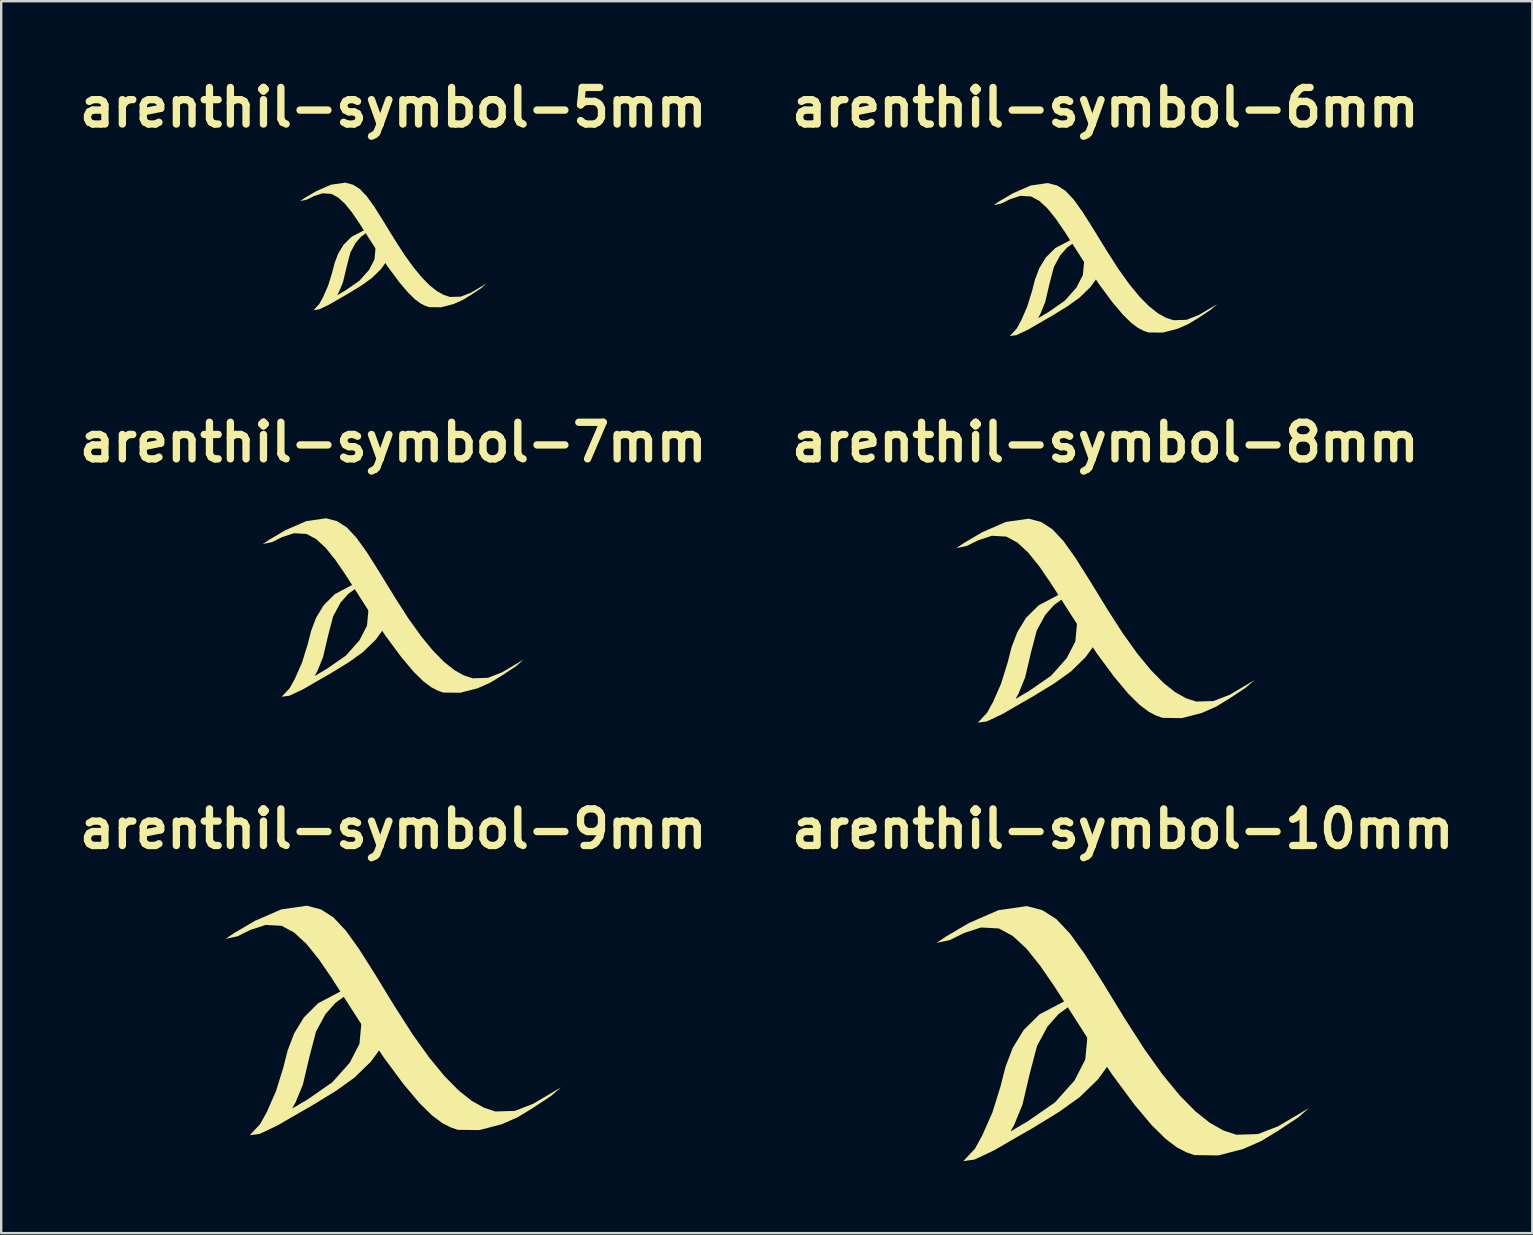
<source format=kicad_pcb>
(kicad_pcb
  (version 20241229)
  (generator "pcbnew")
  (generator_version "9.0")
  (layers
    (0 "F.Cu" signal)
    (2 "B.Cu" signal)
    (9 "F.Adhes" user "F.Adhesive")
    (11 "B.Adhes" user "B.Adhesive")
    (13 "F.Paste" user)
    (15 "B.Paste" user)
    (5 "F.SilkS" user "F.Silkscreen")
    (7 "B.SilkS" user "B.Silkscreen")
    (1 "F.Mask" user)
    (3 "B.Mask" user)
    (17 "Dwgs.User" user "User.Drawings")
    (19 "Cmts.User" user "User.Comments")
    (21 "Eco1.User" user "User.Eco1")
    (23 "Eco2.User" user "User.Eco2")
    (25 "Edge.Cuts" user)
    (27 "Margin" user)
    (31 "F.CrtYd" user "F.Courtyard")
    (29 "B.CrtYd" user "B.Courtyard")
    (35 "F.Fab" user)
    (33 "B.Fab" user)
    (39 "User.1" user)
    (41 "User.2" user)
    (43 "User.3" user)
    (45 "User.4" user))
  (footprint "arenthil-symbol-6mm"
    (layer "F.Cu")
    (at 42.994 7.751)
    (property "Reference" "arenthil-symbol-6mm" (at 0 -6.324 0) (layer "F.SilkS") (effects (font (size 1.524 1.524) (thickness 0.305))))
    (attr exclude_from_pos_files exclude_from_bom)
    (fp_poly (pts (xy -0.484 -1.064) (xy -0.765 -1.013) (xy -1.4 -0.83) (xy -2.085 -0.469) (xy -2.48 -0.077) (xy -2.752 0.369) (xy -2.933 0.845) (xy -3.057 1.328) (xy -3.26 1.981) (xy -3.512 2.554) (xy -3.696 2.887) (xy -3.985 3.196) (xy -3.709 3.159) (xy -3.216 2.927) (xy -2.827 2.701) (xy -2.229 2.356) (xy -1.589 1.964) (xy -1.079 1.598) (xy -0.623 1.156) (xy -0.296 0.705) (xy -0.1 0.242) (xy -0.021 -0.295) (xy -0.04 -0.499) (xy -0.886 0.1) (xy -0.939 0.659) (xy -1.209 1.183) (xy -1.696 1.729) (xy -2.386 2.208) (xy -2.807 2.455) (xy -2.711 2.282) (xy -2.509 1.787) (xy -2.325 1.006) (xy -2.145 0.321) (xy -1.882 -0.167) (xy -1.605 -0.479) (xy -1.381 -0.642) (xy -0.854 -0.896) (xy -0.484 -1.064)) (stroke (width 0) (type solid)) (fill yes) (layer "F.SilkS"))
    (fp_poly (pts (xy -4.655 -2.257) (xy -4.325 -2.327) (xy -3.968 -2.505) (xy -3.544 -2.643) (xy -3.096 -2.617) (xy -2.748 -2.429) (xy -2.41 -2.115) (xy -2.069 -1.692) (xy -1.716 -1.179) (xy -1.34 -0.592) (xy -0.929 0.05) (xy -0.258 1.045) (xy 0.287 1.782) (xy 0.724 2.301) (xy 1.074 2.645) (xy 1.355 2.856) (xy 1.587 2.976) (xy 1.788 3.047) (xy 2.387 3.054) (xy 3.01 2.893) (xy 3.456 2.697) (xy 3.883 2.437) (xy 4.385 2.103) (xy 4.655 1.868) (xy 4.317 2.069) (xy 3.881 2.326) (xy 3.376 2.521) (xy 2.837 2.537) (xy 2.516 2.433) (xy 2.177 2.241) (xy 1.814 1.952) (xy 1.423 1.556) (xy 1 1.042) (xy 0.54 0.4) (xy 0.04 -0.38) (xy -0.505 -1.27) (xy -0.945 -1.966) (xy -1.317 -2.486) (xy -1.659 -2.849) (xy -2.007 -3.073) (xy -2.397 -3.176) (xy -3.108 -3.075) (xy -3.844 -2.754) (xy -4.421 -2.415) (xy -4.655 -2.257)) (stroke (width 0) (type solid)) (fill yes) (layer "F.SilkS")))
  (footprint "arenthil-symbol-7mm"
    (layer "F.Cu")
    (at 13.331 22.244)
    (property "Reference" "arenthil-symbol-7mm" (at 0 -6.87 0) (layer "F.SilkS") (effects (font (size 1.524 1.524) (thickness 0.305))))
    (attr exclude_from_pos_files exclude_from_bom)
    (fp_poly (pts (xy -0.565 -1.241) (xy -0.892 -1.182) (xy -1.634 -0.968) (xy -2.433 -0.548) (xy -2.893 -0.09) (xy -3.211 0.43) (xy -3.422 0.986) (xy -3.566 1.55) (xy -3.803 2.311) (xy -4.098 2.979) (xy -4.312 3.368) (xy -4.65 3.729) (xy -4.327 3.686) (xy -3.752 3.414) (xy -3.299 3.151) (xy -2.6 2.749) (xy -1.854 2.292) (xy -1.259 1.865) (xy -0.727 1.348) (xy -0.345 0.822) (xy -0.117 0.283) (xy -0.025 -0.345) (xy -0.047 -0.583) (xy -1.034 0.117) (xy -1.095 0.769) (xy -1.41 1.38) (xy -1.978 2.018) (xy -2.784 2.576) (xy -3.275 2.864) (xy -3.163 2.662) (xy -2.927 2.085) (xy -2.712 1.174) (xy -2.503 0.374) (xy -2.196 -0.194) (xy -1.872 -0.559) (xy -1.611 -0.749) (xy -0.997 -1.045) (xy -0.565 -1.241)) (stroke (width 0) (type solid)) (fill yes) (layer "F.SilkS"))
    (fp_poly (pts (xy -5.431 -2.634) (xy -5.046 -2.715) (xy -4.629 -2.922) (xy -4.134 -3.083) (xy -3.613 -3.053) (xy -3.206 -2.834) (xy -2.811 -2.467) (xy -2.414 -1.974) (xy -2.003 -1.375) (xy -1.563 -0.691) (xy -1.084 0.058) (xy -0.301 1.219) (xy 0.335 2.078) (xy 0.845 2.684) (xy 1.253 3.086) (xy 1.581 3.332) (xy 1.851 3.472) (xy 2.086 3.554) (xy 2.785 3.563) (xy 3.512 3.376) (xy 4.032 3.146) (xy 4.53 2.843) (xy 5.116 2.454) (xy 5.431 2.179) (xy 5.037 2.414) (xy 4.527 2.714) (xy 3.939 2.941) (xy 3.31 2.96) (xy 2.936 2.838) (xy 2.539 2.615) (xy 2.116 2.277) (xy 1.66 1.815) (xy 1.166 1.215) (xy 0.63 0.467) (xy 0.047 -0.443) (xy -0.589 -1.482) (xy -1.102 -2.294) (xy -1.537 -2.9) (xy -1.935 -3.323) (xy -2.341 -3.585) (xy -2.797 -3.706) (xy -3.626 -3.587) (xy -4.485 -3.213) (xy -5.158 -2.818) (xy -5.431 -2.634)) (stroke (width 0) (type solid)) (fill yes) (layer "F.SilkS")))
  (footprint "arenthil-symbol-5mm"
    (layer "F.Cu")
    (at 13.331 7.205)
    (property "Reference" "arenthil-symbol-5mm" (at 0 -5.778 0) (layer "F.SilkS") (effects (font (size 1.524 1.524) (thickness 0.305))))
    (attr exclude_from_pos_files exclude_from_bom)
    (fp_poly (pts (xy -0.404 -0.886) (xy -0.637 -0.844) (xy -1.167 -0.692) (xy -1.738 -0.391) (xy -2.067 -0.064) (xy -2.293 0.307) (xy -2.444 0.704) (xy -2.547 1.107) (xy -2.717 1.651) (xy -2.927 2.128) (xy -3.08 2.406) (xy -3.321 2.664) (xy -3.091 2.633) (xy -2.68 2.439) (xy -2.356 2.251) (xy -1.857 1.963) (xy -1.324 1.637) (xy -0.899 1.332) (xy -0.519 0.963) (xy -0.247 0.587) (xy -0.083 0.202) (xy -0.018 -0.246) (xy -0.033 -0.416) (xy -0.739 0.083) (xy -0.782 0.549) (xy -1.007 0.986) (xy -1.413 1.441) (xy -1.988 1.84) (xy -2.339 2.046) (xy -2.259 1.901) (xy -2.091 1.489) (xy -1.937 0.839) (xy -1.788 0.267) (xy -1.569 -0.139) (xy -1.337 -0.399) (xy -1.151 -0.535) (xy -0.712 -0.746) (xy -0.404 -0.886)) (stroke (width 0) (type solid)) (fill yes) (layer "F.SilkS"))
    (fp_poly (pts (xy -3.879 -1.881) (xy -3.604 -1.939) (xy -3.306 -2.087) (xy -2.953 -2.202) (xy -2.58 -2.181) (xy -2.29 -2.024) (xy -2.008 -1.762) (xy -1.724 -1.41) (xy -1.43 -0.982) (xy -1.117 -0.494) (xy -0.774 0.042) (xy -0.215 0.871) (xy 0.239 1.485) (xy 0.604 1.917) (xy 0.895 2.204) (xy 1.129 2.38) (xy 1.322 2.48) (xy 1.49 2.539) (xy 1.989 2.545) (xy 2.509 2.411) (xy 2.88 2.247) (xy 3.235 2.03) (xy 3.654 1.753) (xy 3.879 1.557) (xy 3.598 1.724) (xy 3.234 1.938) (xy 2.814 2.101) (xy 2.364 2.114) (xy 2.097 2.027) (xy 1.814 1.868) (xy 1.511 1.627) (xy 1.186 1.296) (xy 0.833 0.868) (xy 0.45 0.333) (xy 0.033 -0.316) (xy -0.421 -1.058) (xy -0.787 -1.638) (xy -1.098 -2.072) (xy -1.382 -2.374) (xy -1.672 -2.56) (xy -1.998 -2.647) (xy -2.59 -2.562) (xy -3.204 -2.295) (xy -3.684 -2.013) (xy -3.879 -1.881)) (stroke (width 0) (type solid)) (fill yes) (layer "F.SilkS")))
  (footprint "arenthil-symbol-8mm"
    (layer "F.Cu")
    (at 42.994 22.79)
    (property "Reference" "arenthil-symbol-8mm" (at 0 -7.416 0) (layer "F.SilkS") (effects (font (size 1.524 1.524) (thickness 0.305))))
    (attr exclude_from_pos_files exclude_from_bom)
    (fp_poly (pts (xy -0.646 -1.418) (xy -1.019 -1.351) (xy -1.867 -1.107) (xy -2.78 -0.626) (xy -3.307 -0.103) (xy -3.669 0.491) (xy -3.911 1.127) (xy -4.075 1.771) (xy -4.347 2.641) (xy -4.683 3.405) (xy -4.928 3.849) (xy -5.314 4.262) (xy -4.945 4.212) (xy -4.288 3.902) (xy -3.77 3.601) (xy -2.971 3.141) (xy -2.119 2.619) (xy -1.438 2.131) (xy -0.831 1.541) (xy -0.395 0.94) (xy -0.133 0.323) (xy -0.028 -0.394) (xy -0.053 -0.666) (xy -1.182 0.133) (xy -1.252 0.879) (xy -1.612 1.577) (xy -2.261 2.306) (xy -3.181 2.944) (xy -3.742 3.273) (xy -3.615 3.042) (xy -3.345 2.383) (xy -3.1 1.342) (xy -2.86 0.427) (xy -2.51 -0.222) (xy -2.14 -0.639) (xy -1.841 -0.856) (xy -1.139 -1.194) (xy -0.646 -1.418)) (stroke (width 0) (type solid)) (fill yes) (layer "F.SilkS"))
    (fp_poly (pts (xy -6.206 -3.01) (xy -5.767 -3.103) (xy -5.29 -3.339) (xy -4.725 -3.523) (xy -4.129 -3.489) (xy -3.665 -3.239) (xy -3.213 -2.82) (xy -2.759 -2.256) (xy -2.289 -1.572) (xy -1.787 -0.79) (xy -1.239 0.067) (xy -0.344 1.394) (xy 0.382 2.375) (xy 0.966 3.068) (xy 1.432 3.527) (xy 1.807 3.808) (xy 2.115 3.968) (xy 2.384 4.062) (xy 3.183 4.073) (xy 4.014 3.858) (xy 4.608 3.596) (xy 5.177 3.249) (xy 5.847 2.804) (xy 6.206 2.491) (xy 5.756 2.759) (xy 5.174 3.101) (xy 4.502 3.361) (xy 3.782 3.383) (xy 3.355 3.244) (xy 2.902 2.988) (xy 2.418 2.603) (xy 1.897 2.074) (xy 1.333 1.389) (xy 0.72 0.533) (xy 0.053 -0.506) (xy -0.673 -1.693) (xy -1.26 -2.621) (xy -1.756 -3.315) (xy -2.212 -3.798) (xy -2.675 -4.097) (xy -3.196 -4.235) (xy -4.144 -4.1) (xy -5.126 -3.673) (xy -5.895 -3.22) (xy -6.206 -3.01)) (stroke (width 0) (type solid)) (fill yes) (layer "F.SilkS")))
  (footprint "arenthil-symbol-9mm"
    (layer "F.Cu")
    (at 13.331 39.441)
    (property "Reference" "arenthil-symbol-9mm" (at 0 -7.962 0) (layer "F.SilkS") (effects (font (size 1.524 1.524) (thickness 0.305))))
    (attr exclude_from_pos_files exclude_from_bom)
    (fp_poly (pts (xy -0.727 -1.596) (xy -1.147 -1.519) (xy -2.101 -1.245) (xy -3.128 -0.704) (xy -3.72 -0.116) (xy -4.128 0.553) (xy -4.4 1.267) (xy -4.585 1.993) (xy -4.89 2.972) (xy -5.268 3.831) (xy -5.544 4.33) (xy -5.978 4.795) (xy -5.564 4.739) (xy -4.825 4.39) (xy -4.241 4.051) (xy -3.343 3.534) (xy -2.384 2.947) (xy -1.618 2.397) (xy -0.934 1.733) (xy -0.444 1.057) (xy -0.15 0.363) (xy -0.032 -0.443) (xy -0.06 -0.749) (xy -1.33 0.15) (xy -1.408 0.989) (xy -1.813 1.775) (xy -2.543 2.594) (xy -3.579 3.312) (xy -4.21 3.682) (xy -4.067 3.423) (xy -3.763 2.68) (xy -3.487 1.51) (xy -3.218 0.481) (xy -2.824 -0.25) (xy -2.407 -0.719) (xy -2.071 -0.963) (xy -1.282 -1.344) (xy -0.727 -1.596)) (stroke (width 0) (type solid)) (fill yes) (layer "F.SilkS"))
    (fp_poly (pts (xy -6.982 -3.386) (xy -6.488 -3.491) (xy -5.951 -3.757) (xy -5.316 -3.964) (xy -4.645 -3.926) (xy -4.123 -3.643) (xy -3.615 -3.172) (xy -3.104 -2.538) (xy -2.575 -1.768) (xy -2.01 -0.888) (xy -1.393 0.075) (xy -0.387 1.568) (xy 0.43 2.672) (xy 1.087 3.451) (xy 1.611 3.968) (xy 2.033 4.284) (xy 2.38 4.464) (xy 2.682 4.57) (xy 3.581 4.582) (xy 4.516 4.34) (xy 5.184 4.045) (xy 5.824 3.655) (xy 6.578 3.155) (xy 6.982 2.802) (xy 6.476 3.104) (xy 5.821 3.489) (xy 5.065 3.782) (xy 4.255 3.806) (xy 3.774 3.649) (xy 3.265 3.362) (xy 2.72 2.928) (xy 2.134 2.334) (xy 1.5 1.563) (xy 0.81 0.6) (xy 0.06 -0.569) (xy -0.757 -1.905) (xy -1.417 -2.949) (xy -1.976 -3.729) (xy -2.488 -4.273) (xy -3.01 -4.609) (xy -3.596 -4.765) (xy -4.662 -4.612) (xy -5.767 -4.132) (xy -6.632 -3.623) (xy -6.982 -3.386)) (stroke (width 0) (type solid)) (fill yes) (layer "F.SilkS")))
  (footprint "arenthil-symbol-10mm"
    (layer "F.Cu")
    (at 43.72 39.987)
    (property "Reference" "arenthil-symbol-10mm" (at 0 -8.508 0) (layer "F.SilkS") (effects (font (size 1.524 1.524) (thickness 0.305))))
    (attr exclude_from_pos_files exclude_from_bom)
    (fp_poly (pts (xy -0.807 -1.773) (xy -1.274 -1.688) (xy -2.334 -1.383) (xy -3.475 -0.782) (xy -4.133 -0.129) (xy -4.587 0.614) (xy -4.889 1.408) (xy -5.094 2.214) (xy -5.433 3.302) (xy -5.854 4.256) (xy -6.16 4.811) (xy -6.642 5.327) (xy -6.182 5.265) (xy -5.361 4.878) (xy -4.712 4.501) (xy -3.714 3.927) (xy -2.649 3.274) (xy -1.798 2.664) (xy -1.038 1.926) (xy -0.493 1.175) (xy -0.166 0.404) (xy -0.035 -0.492) (xy -0.067 -0.832) (xy -1.477 0.166) (xy -1.565 1.099) (xy -2.014 1.972) (xy -2.826 2.882) (xy -3.977 3.68) (xy -4.678 4.091) (xy -4.519 3.803) (xy -4.181 2.978) (xy -3.875 1.677) (xy -3.575 0.534) (xy -3.137 -0.278) (xy -2.675 -0.799) (xy -2.302 -1.07) (xy -1.424 -1.493) (xy -0.807 -1.773)) (stroke (width 0) (type solid)) (fill yes) (layer "F.SilkS"))
    (fp_poly (pts (xy -7.758 -3.762) (xy -7.208 -3.879) (xy -6.613 -4.174) (xy -5.906 -4.404) (xy -5.161 -4.362) (xy -4.581 -4.048) (xy -4.016 -3.525) (xy -3.449 -2.82) (xy -2.861 -1.965) (xy -2.233 -0.987) (xy -1.548 0.083) (xy -0.43 1.742) (xy 0.478 2.969) (xy 1.207 3.835) (xy 1.79 4.408) (xy 2.258 4.76) (xy 2.644 4.96) (xy 2.98 5.078) (xy 3.979 5.091) (xy 5.017 4.822) (xy 5.76 4.495) (xy 6.471 4.061) (xy 7.309 3.506) (xy 7.758 3.113) (xy 7.195 3.449) (xy 6.468 3.877) (xy 5.627 4.202) (xy 4.728 4.229) (xy 4.194 4.054) (xy 3.628 3.735) (xy 3.023 3.254) (xy 2.371 2.593) (xy 1.666 1.736) (xy 0.901 0.667) (xy 0.067 -0.633) (xy -0.841 -2.117) (xy -1.575 -3.277) (xy -2.195 -4.143) (xy -2.765 -4.748) (xy -3.344 -5.121) (xy -3.995 -5.294) (xy -5.18 -5.125) (xy -6.407 -4.591) (xy -7.369 -4.025) (xy -7.758 -3.762)) (stroke (width 0) (type solid)) (fill yes) (layer "F.SilkS")))
  (gr_rect
    (start -3 -3)
    (end 60.777 48.314)
    (stroke (width 0.1) (type default))
    (fill no)
    (layer "Edge.Cuts")))
</source>
